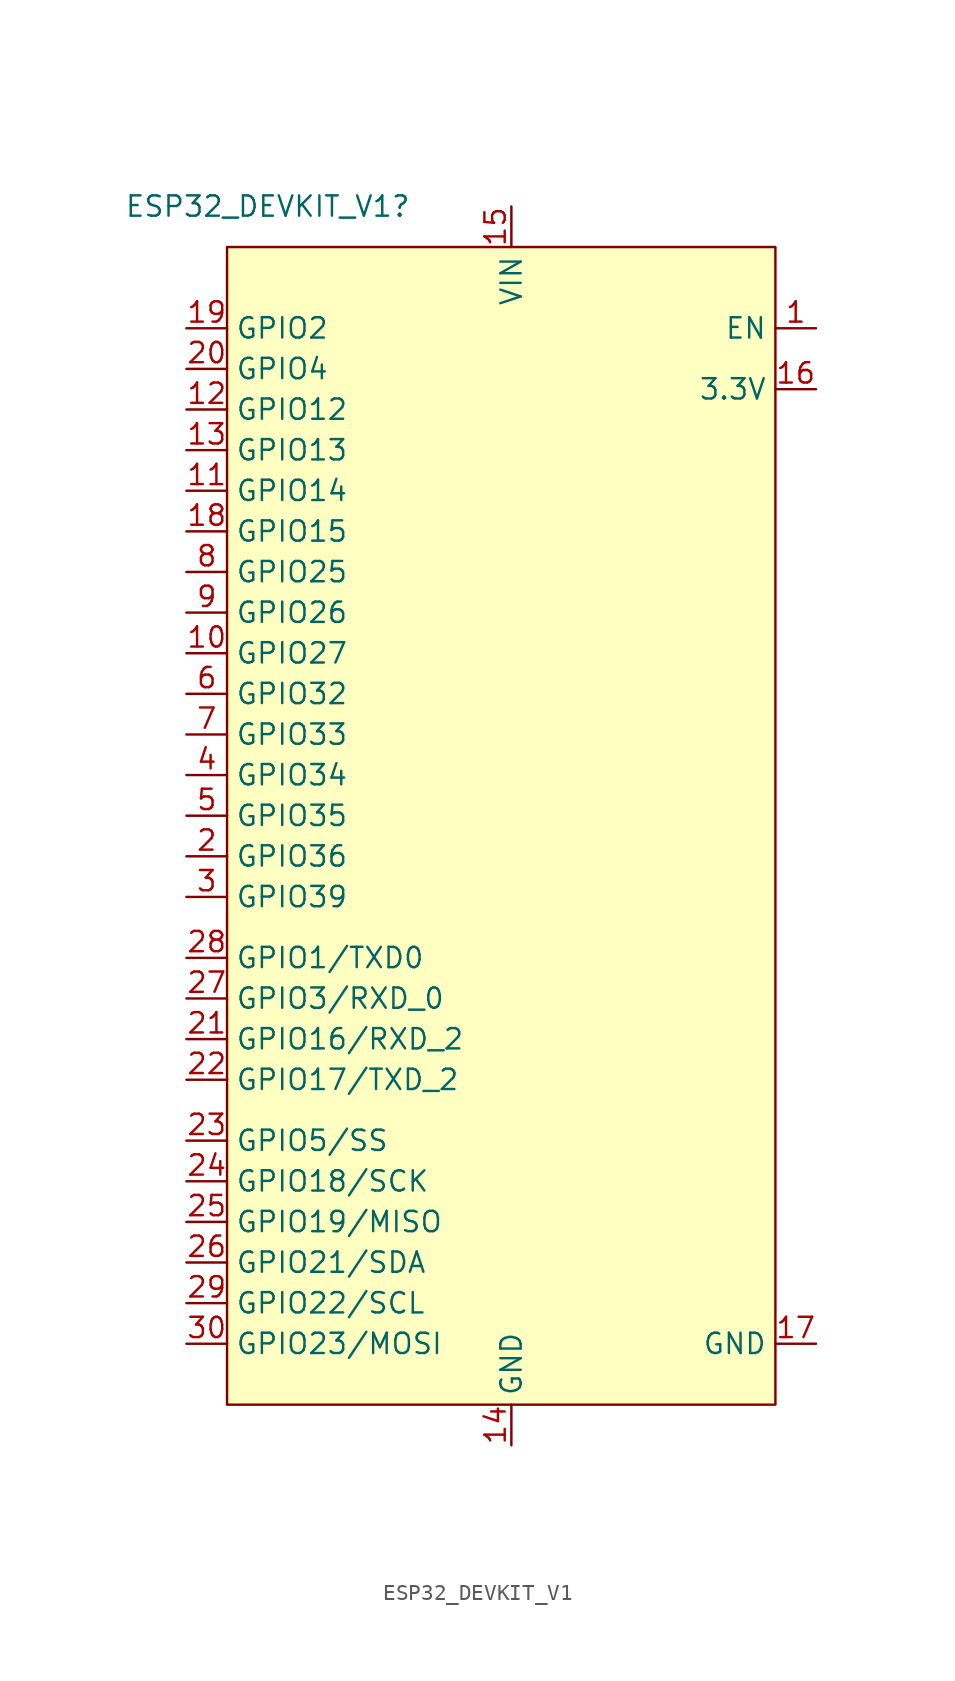
<source format=kicad_sym>
(kicad_symbol_lib
  (version 20220914)
  (generator kicad_symbol_editor)
  (symbol "ESP32_DEVKIT_V1"
    (property "Reference" "ESP32_DEVKIT_V1"
      (at -15.24 6.35 0)
      (effects (font (size 1.27 1.27))))
    (property "Value" ""
      (at -1.27 0 0)
      (effects (font (size 1.27 1.27))))
    (symbol "ESP32_DEVKIT_V1_1_1"
      (rectangle (start -17.78 3.81) (end 16.51 -68.58) (stroke (width 0) (type default)) (fill (type background)))
      (pin power_in line (at 19.05 -1.27 180) (length 2.54) (name "EN" (effects (font (size 1.27 1.27)))) (number "1" (effects (font (size 1.27 1.27)))))
      (pin bidirectional line (at -20.32 -21.59 0) (length 2.54) (name "GPIO27" (effects (font (size 1.27 1.27)))) (number "10" (effects (font (size 1.27 1.27)))))
      (pin bidirectional line (at -20.32 -11.43 0) (length 2.54) (name "GPIO14" (effects (font (size 1.27 1.27)))) (number "11" (effects (font (size 1.27 1.27)))))
      (pin bidirectional line (at -20.32 -6.35 0) (length 2.54) (name "GPIO12" (effects (font (size 1.27 1.27)))) (number "12" (effects (font (size 1.27 1.27)))))
      (pin bidirectional line (at -20.32 -8.89 0) (length 2.54) (name "GPIO13" (effects (font (size 1.27 1.27)))) (number "13" (effects (font (size 1.27 1.27)))))
      (pin power_in line (at 0 -71.12 90) (length 2.54) (name "GND" (effects (font (size 1.27 1.27)))) (number "14" (effects (font (size 1.27 1.27)))))
      (pin power_in line (at 0 6.35 270) (length 2.54) (name "VIN" (effects (font (size 1.27 1.27)))) (number "15" (effects (font (size 1.27 1.27)))))
      (pin power_out line (at 19.05 -5.08 180) (length 2.54) (name "3.3V" (effects (font (size 1.27 1.27)))) (number "16" (effects (font (size 1.27 1.27)))))
      (pin power_out line (at 19.05 -64.77 180) (length 2.54) (name "GND" (effects (font (size 1.27 1.27)))) (number "17" (effects (font (size 1.27 1.27)))))
      (pin bidirectional line (at -20.32 -13.97 0) (length 2.54) (name "GPIO15" (effects (font (size 1.27 1.27)))) (number "18" (effects (font (size 1.27 1.27)))))
      (pin bidirectional line (at -20.32 -1.27 0) (length 2.54) (name "GPIO2" (effects (font (size 1.27 1.27)))) (number "19" (effects (font (size 1.27 1.27)))))
      (pin bidirectional line (at -20.32 -34.29 0) (length 2.54) (name "GPIO36" (effects (font (size 1.27 1.27)))) (number "2" (effects (font (size 1.27 1.27)))))
      (pin bidirectional line (at -20.32 -3.81 0) (length 2.54) (name "GPIO4" (effects (font (size 1.27 1.27)))) (number "20" (effects (font (size 1.27 1.27)))))
      (pin bidirectional line (at -20.32 -45.72 0) (length 2.54) (name "GPIO16/RXD_2" (effects (font (size 1.27 1.27)))) (number "21" (effects (font (size 1.27 1.27)))))
      (pin bidirectional line (at -20.32 -48.26 0) (length 2.54) (name "GPIO17/TXD_2" (effects (font (size 1.27 1.27)))) (number "22" (effects (font (size 1.27 1.27)))))
      (pin bidirectional line (at -20.32 -52.07 0) (length 2.54) (name "GPIO5/SS" (effects (font (size 1.27 1.27)))) (number "23" (effects (font (size 1.27 1.27)))))
      (pin bidirectional line (at -20.32 -54.61 0) (length 2.54) (name "GPIO18/SCK" (effects (font (size 1.27 1.27)))) (number "24" (effects (font (size 1.27 1.27)))))
      (pin bidirectional line (at -20.32 -57.15 0) (length 2.54) (name "GPIO19/MISO" (effects (font (size 1.27 1.27)))) (number "25" (effects (font (size 1.27 1.27)))))
      (pin bidirectional line (at -20.32 -59.69 0) (length 2.54) (name "GPIO21/SDA" (effects (font (size 1.27 1.27)))) (number "26" (effects (font (size 1.27 1.27)))))
      (pin bidirectional line (at -20.32 -43.18 0) (length 2.54) (name "GPIO3/RXD_0" (effects (font (size 1.27 1.27)))) (number "27" (effects (font (size 1.27 1.27)))))
      (pin bidirectional line (at -20.32 -40.64 0) (length 2.54) (name "GPIO1/TXD0" (effects (font (size 1.27 1.27)))) (number "28" (effects (font (size 1.27 1.27)))))
      (pin bidirectional line (at -20.32 -62.23 0) (length 2.54) (name "GPIO22/SCL" (effects (font (size 1.27 1.27)))) (number "29" (effects (font (size 1.27 1.27)))))
      (pin bidirectional line (at -20.32 -36.83 0) (length 2.54) (name "GPIO39" (effects (font (size 1.27 1.27)))) (number "3" (effects (font (size 1.27 1.27)))))
      (pin bidirectional line (at -20.32 -64.77 0) (length 2.54) (name "GPIO23/MOSI" (effects (font (size 1.27 1.27)))) (number "30" (effects (font (size 1.27 1.27)))))
      (pin bidirectional line (at -20.32 -29.21 0) (length 2.54) (name "GPIO34" (effects (font (size 1.27 1.27)))) (number "4" (effects (font (size 1.27 1.27)))))
      (pin bidirectional line (at -20.32 -31.75 0) (length 2.54) (name "GPIO35" (effects (font (size 1.27 1.27)))) (number "5" (effects (font (size 1.27 1.27)))))
      (pin bidirectional line (at -20.32 -24.13 0) (length 2.54) (name "GPIO32" (effects (font (size 1.27 1.27)))) (number "6" (effects (font (size 1.27 1.27)))))
      (pin bidirectional line (at -20.32 -26.67 0) (length 2.54) (name "GPIO33" (effects (font (size 1.27 1.27)))) (number "7" (effects (font (size 1.27 1.27)))))
      (pin bidirectional line (at -20.32 -16.51 0) (length 2.54) (name "GPIO25" (effects (font (size 1.27 1.27)))) (number "8" (effects (font (size 1.27 1.27)))))
      (pin bidirectional line (at -20.32 -19.05 0) (length 2.54) (name "GPIO26" (effects (font (size 1.27 1.27)))) (number "9" (effects (font (size 1.27 1.27))))))))
</source>
